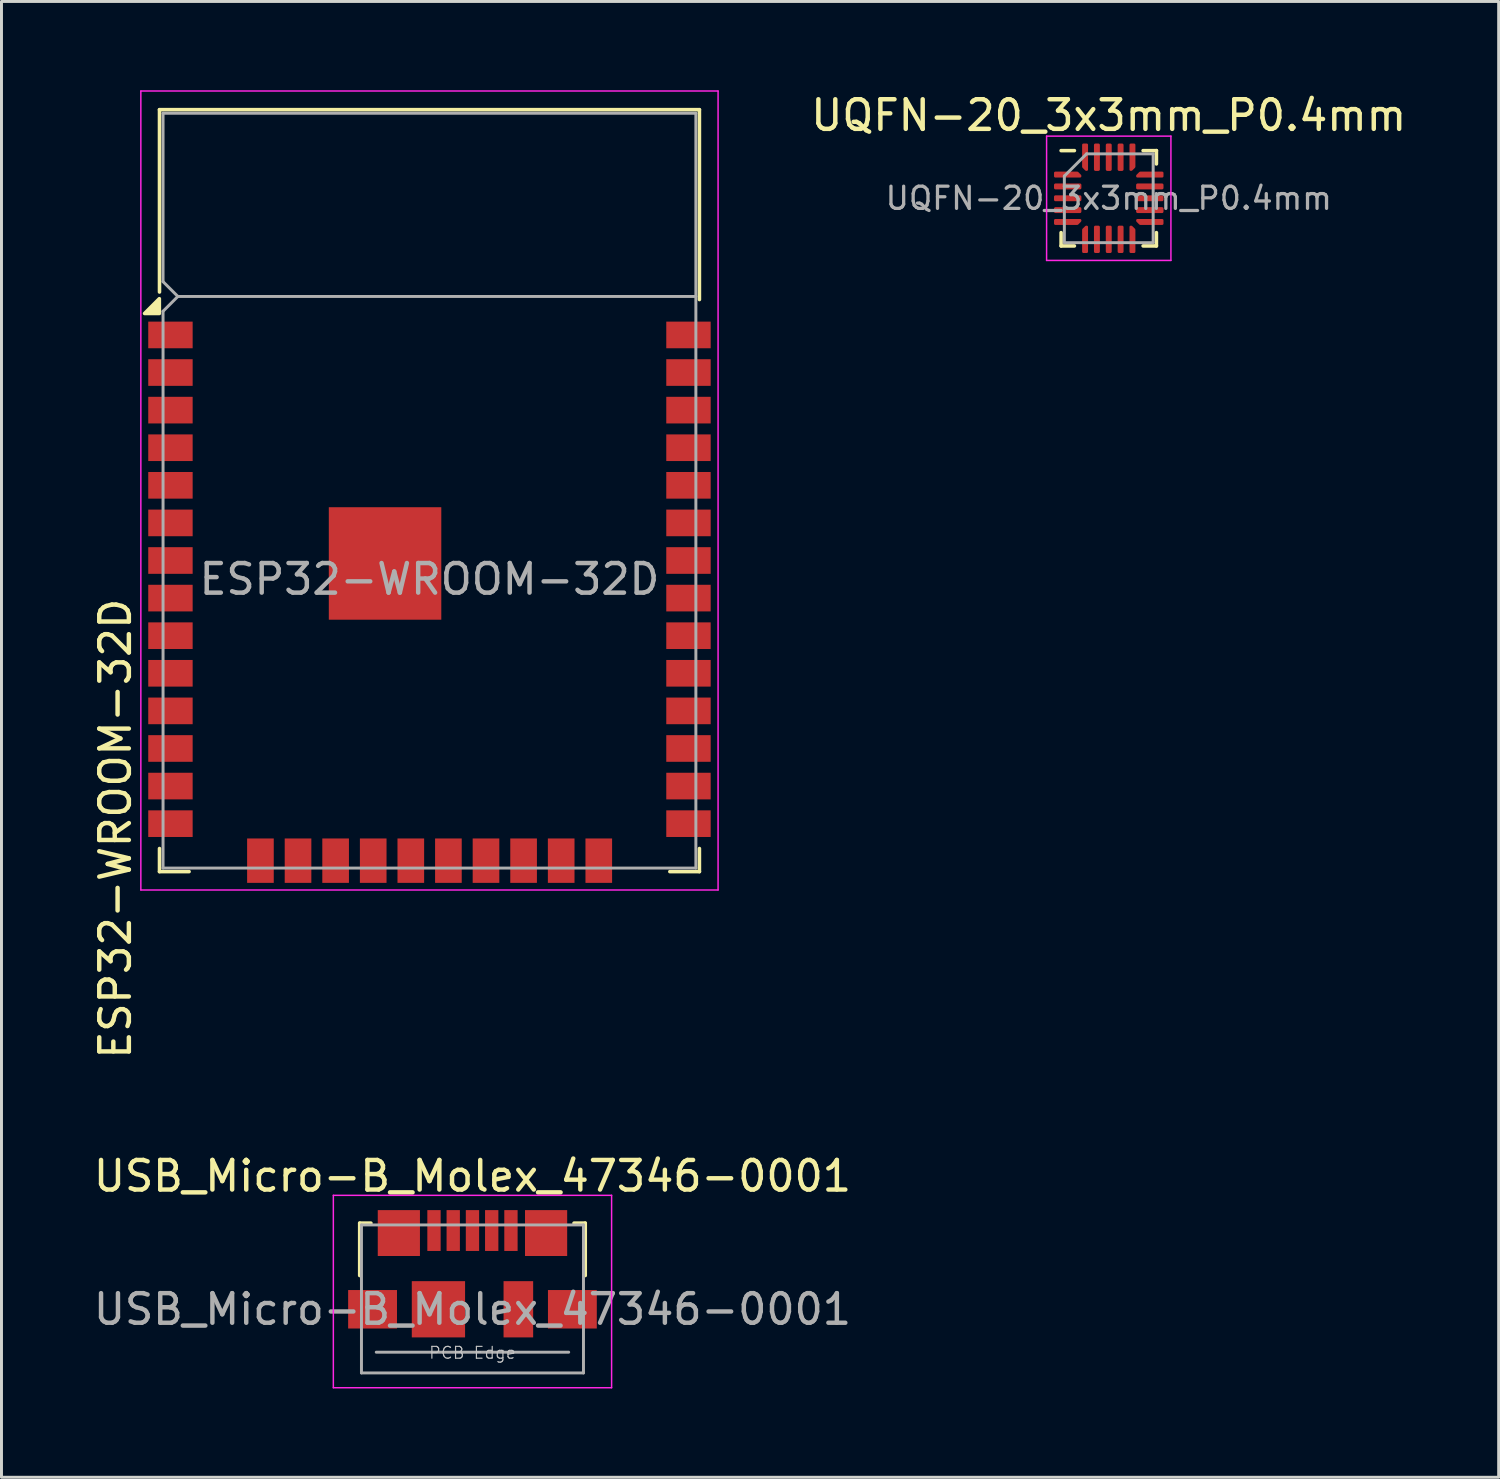
<source format=kicad_pcb>
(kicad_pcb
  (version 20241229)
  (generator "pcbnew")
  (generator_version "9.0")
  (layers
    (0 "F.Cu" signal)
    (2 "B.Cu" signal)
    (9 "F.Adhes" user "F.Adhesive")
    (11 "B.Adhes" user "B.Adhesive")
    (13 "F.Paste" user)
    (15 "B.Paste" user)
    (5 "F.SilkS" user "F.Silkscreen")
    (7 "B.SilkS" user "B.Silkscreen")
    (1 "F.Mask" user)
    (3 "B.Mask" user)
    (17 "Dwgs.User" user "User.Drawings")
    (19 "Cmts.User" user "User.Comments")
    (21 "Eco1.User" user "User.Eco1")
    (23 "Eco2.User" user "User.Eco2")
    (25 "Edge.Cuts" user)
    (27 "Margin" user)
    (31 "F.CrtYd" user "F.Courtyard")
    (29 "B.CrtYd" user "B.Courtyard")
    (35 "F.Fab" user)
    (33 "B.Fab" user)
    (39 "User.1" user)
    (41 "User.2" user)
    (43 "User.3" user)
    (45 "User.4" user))
  (footprint "UQFN-20_3x3mm_P0.4mm"
    (layer "F.Cu")
    (at 34.406 3.648)
    (property "Reference" "UQFN-20_3x3mm_P0.4mm" (at 0 -2.8 0) (layer "F.SilkS") (effects (font (size 1 1) (thickness 0.15))))
    (attr smd)
    (fp_line (start -1.61 1.61) (end -1.61 1.16) (stroke (width 0.12) (type solid)) (layer "F.SilkS"))
    (fp_line (start -1.16 -1.61) (end -1.61 -1.61) (stroke (width 0.12) (type solid)) (layer "F.SilkS"))
    (fp_line (start -1.16 1.61) (end -1.61 1.61) (stroke (width 0.12) (type solid)) (layer "F.SilkS"))
    (fp_line (start 1.16 -1.61) (end 1.61 -1.61) (stroke (width 0.12) (type solid)) (layer "F.SilkS"))
    (fp_line (start 1.16 1.61) (end 1.61 1.61) (stroke (width 0.12) (type solid)) (layer "F.SilkS"))
    (fp_line (start 1.61 -1.61) (end 1.61 -1.16) (stroke (width 0.12) (type solid)) (layer "F.SilkS"))
    (fp_line (start 1.61 1.61) (end 1.61 1.16) (stroke (width 0.12) (type solid)) (layer "F.SilkS"))
    (fp_line (start -2.1 -2.1) (end -2.1 2.1) (stroke (width 0.05) (type solid)) (layer "F.CrtYd"))
    (fp_line (start -2.1 2.1) (end 2.1 2.1) (stroke (width 0.05) (type solid)) (layer "F.CrtYd"))
    (fp_line (start 2.1 -2.1) (end -2.1 -2.1) (stroke (width 0.05) (type solid)) (layer "F.CrtYd"))
    (fp_line (start 2.1 2.1) (end 2.1 -2.1) (stroke (width 0.05) (type solid)) (layer "F.CrtYd"))
    (fp_line (start -1.5 -0.75) (end -0.75 -1.5) (stroke (width 0.1) (type solid)) (layer "F.Fab"))
    (fp_line (start -1.5 1.5) (end -1.5 -0.75) (stroke (width 0.1) (type solid)) (layer "F.Fab"))
    (fp_line (start -0.75 -1.5) (end 1.5 -1.5) (stroke (width 0.1) (type solid)) (layer "F.Fab"))
    (fp_line (start 1.5 -1.5) (end 1.5 1.5) (stroke (width 0.1) (type solid)) (layer "F.Fab"))
    (fp_line (start 1.5 1.5) (end -1.5 1.5) (stroke (width 0.1) (type solid)) (layer "F.Fab"))
    (fp_text user "${REFERENCE}" (at 0 0 0) (layer "F.Fab") (effects (font (size 0.75 0.75) (thickness 0.11))))
    (pad "1" smd custom (at -1.387 -0.8) (size 0.115 0.115) (layers "F.Cu" "F.Mask" "F.Paste") (options (anchor circle)) (primitives (gr_poly (pts (xy 0.422 0.037) (xy 0.422 0.06) (xy -0.422 0.06) (xy -0.422 -0.06) (xy 0.326 -0.06)) (width 0.08) (fill yes))))
    (pad "2" smd roundrect (at -1.387 -0.4) (size 0.925 0.2) (layers "F.Cu" "F.Mask" "F.Paste") (roundrect_rratio 0.25))
    (pad "3" smd roundrect (at -1.387 0) (size 0.925 0.2) (layers "F.Cu" "F.Mask" "F.Paste") (roundrect_rratio 0.25))
    (pad "4" smd roundrect (at -1.387 0.4) (size 0.925 0.2) (layers "F.Cu" "F.Mask" "F.Paste") (roundrect_rratio 0.25))
    (pad "5" smd custom (at -1.387 0.8) (size 0.115 0.115) (layers "F.Cu" "F.Mask" "F.Paste") (options (anchor circle)) (primitives (gr_poly (pts (xy 0.422 -0.037) (xy 0.326 0.06) (xy -0.422 0.06) (xy -0.422 -0.06) (xy 0.422 -0.06)) (width 0.08) (fill yes))))
    (pad "6" smd custom (at -0.8 1.387) (size 0.115 0.115) (layers "F.Cu" "F.Mask" "F.Paste") (options (anchor circle)) (primitives (gr_poly (pts (xy 0.06 0.422) (xy -0.06 0.422) (xy -0.06 -0.326) (xy 0.037 -0.422) (xy 0.06 -0.422)) (width 0.08) (fill yes))))
    (pad "7" smd roundrect (at -0.4 1.387) (size 0.2 0.925) (layers "F.Cu" "F.Mask" "F.Paste") (roundrect_rratio 0.25))
    (pad "8" smd roundrect (at 0 1.387) (size 0.2 0.925) (layers "F.Cu" "F.Mask" "F.Paste") (roundrect_rratio 0.25))
    (pad "9" smd roundrect (at 0.4 1.387) (size 0.2 0.925) (layers "F.Cu" "F.Mask" "F.Paste") (roundrect_rratio 0.25))
    (pad "10" smd custom (at 0.8 1.387) (size 0.115 0.115) (layers "F.Cu" "F.Mask" "F.Paste") (options (anchor circle)) (primitives (gr_poly (pts (xy 0.06 -0.326) (xy 0.06 0.422) (xy -0.06 0.422) (xy -0.06 -0.422) (xy -0.037 -0.422)) (width 0.08) (fill yes))))
    (pad "11" smd custom (at 1.387 0.8) (size 0.115 0.115) (layers "F.Cu" "F.Mask" "F.Paste") (options (anchor circle)) (primitives (gr_poly (pts (xy 0.422 0.06) (xy -0.326 0.06) (xy -0.422 -0.037) (xy -0.422 -0.06) (xy 0.422 -0.06)) (width 0.08) (fill yes))))
    (pad "12" smd roundrect (at 1.387 0.4) (size 0.925 0.2) (layers "F.Cu" "F.Mask" "F.Paste") (roundrect_rratio 0.25))
    (pad "13" smd roundrect (at 1.387 0) (size 0.925 0.2) (layers "F.Cu" "F.Mask" "F.Paste") (roundrect_rratio 0.25))
    (pad "14" smd roundrect (at 1.387 -0.4) (size 0.925 0.2) (layers "F.Cu" "F.Mask" "F.Paste") (roundrect_rratio 0.25))
    (pad "15" smd custom (at 1.387 -0.8) (size 0.115 0.115) (layers "F.Cu" "F.Mask" "F.Paste") (options (anchor circle)) (primitives (gr_poly (pts (xy 0.422 0.06) (xy -0.422 0.06) (xy -0.422 0.037) (xy -0.326 -0.06) (xy 0.422 -0.06)) (width 0.08) (fill yes))))
    (pad "16" smd custom (at 0.8 -1.387) (size 0.115 0.115) (layers "F.Cu" "F.Mask" "F.Paste") (options (anchor circle)) (primitives (gr_poly (pts (xy 0.06 0.326) (xy -0.037 0.422) (xy -0.06 0.422) (xy -0.06 -0.422) (xy 0.06 -0.422)) (width 0.08) (fill yes))))
    (pad "17" smd roundrect (at 0.4 -1.387) (size 0.2 0.925) (layers "F.Cu" "F.Mask" "F.Paste") (roundrect_rratio 0.25))
    (pad "18" smd roundrect (at 0 -1.387) (size 0.2 0.925) (layers "F.Cu" "F.Mask" "F.Paste") (roundrect_rratio 0.25))
    (pad "19" smd roundrect (at -0.4 -1.387) (size 0.2 0.925) (layers "F.Cu" "F.Mask" "F.Paste") (roundrect_rratio 0.25))
    (pad "20" smd custom (at -0.8 -1.387) (size 0.115 0.115) (layers "F.Cu" "F.Mask" "F.Paste") (options (anchor circle)) (primitives (gr_poly (pts (xy 0.06 0.422) (xy 0.037 0.422) (xy -0.06 0.326) (xy -0.06 -0.422) (xy 0.06 -0.422)) (width 0.08) (fill yes)))))
  (footprint "USB_Micro-B_Molex_47346-0001"
    (layer "F.Cu")
    (at 12.911 39.98)
    (property "Reference" "USB_Micro-B_Molex_47346-0001" (at 0 -3.3 180) (layer "F.SilkS") (effects (font (size 1 1) (thickness 0.15))))
    (attr smd)
    (fp_line (start -3.81 -1.71) (end -3.43 -1.71) (stroke (width 0.12) (type solid)) (layer "F.SilkS"))
    (fp_line (start -3.81 0.06) (end -3.81 -1.71) (stroke (width 0.12) (type solid)) (layer "F.SilkS"))
    (fp_line (start 3.81 -1.71) (end 3.43 -1.71) (stroke (width 0.12) (type solid)) (layer "F.SilkS"))
    (fp_line (start 3.81 -1.71) (end 3.81 0.06) (stroke (width 0.12) (type solid)) (layer "F.SilkS"))
    (fp_line (start -4.7 -2.65) (end 4.7 -2.65) (stroke (width 0.05) (type solid)) (layer "F.CrtYd"))
    (fp_line (start -4.7 3.85) (end -4.7 -2.65) (stroke (width 0.05) (type solid)) (layer "F.CrtYd"))
    (fp_line (start 4.7 -2.65) (end 4.7 3.85) (stroke (width 0.05) (type solid)) (layer "F.CrtYd"))
    (fp_line (start 4.7 3.85) (end -4.7 3.85) (stroke (width 0.05) (type solid)) (layer "F.CrtYd"))
    (fp_line (start -3.75 -1.65) (end 3.75 -1.65) (stroke (width 0.1) (type solid)) (layer "F.Fab"))
    (fp_line (start -3.75 3.35) (end -3.75 -1.65) (stroke (width 0.1) (type solid)) (layer "F.Fab"))
    (fp_line (start -3.25 2.65) (end 3.25 2.65) (stroke (width 0.1) (type solid)) (layer "F.Fab"))
    (fp_line (start 3.75 -1.65) (end 3.75 3.35) (stroke (width 0.1) (type solid)) (layer "F.Fab"))
    (fp_line (start 3.75 3.35) (end -3.75 3.35) (stroke (width 0.1) (type solid)) (layer "F.Fab"))
    (fp_text user "PCB Edge" (at 0 2.67 180) (layer "Dwgs.User") (effects (font (size 0.4 0.4) (thickness 0.04))))
    (fp_text user "${REFERENCE}" (at 0 1.2 0) (layer "F.Fab") (effects (font (size 1 1) (thickness 0.15))))
    (pad "1" smd rect (at -1.3 -1.46) (size 0.45 1.38) (layers "F.Cu" "F.Mask" "F.Paste"))
    (pad "2" smd rect (at -0.65 -1.46) (size 0.45 1.38) (layers "F.Cu" "F.Mask" "F.Paste"))
    (pad "3" smd rect (at 0 -1.46) (size 0.45 1.38) (layers "F.Cu" "F.Mask" "F.Paste"))
    (pad "4" smd rect (at 0.65 -1.46) (size 0.45 1.38) (layers "F.Cu" "F.Mask" "F.Paste"))
    (pad "5" smd rect (at 1.3 -1.46) (size 0.45 1.38) (layers "F.Cu" "F.Mask" "F.Paste"))
    (pad "6" smd rect (at -3.375 1.2) (size 1.65 1.3) (layers "F.Cu" "F.Mask" "F.Paste"))
    (pad "6" smd rect (at -2.487 -1.375) (size 1.425 1.55) (layers "F.Cu" "F.Mask" "F.Paste"))
    (pad "6" smd rect (at -1.15 1.2) (size 1.8 1.9) (layers "F.Cu" "F.Mask" "F.Paste"))
    (pad "6" smd rect (at 1.55 1.2) (size 1 1.9) (layers "F.Cu" "F.Mask" "F.Paste"))
    (pad "6" smd rect (at 2.487 -1.375) (size 1.425 1.55) (layers "F.Cu" "F.Mask" "F.Paste"))
    (pad "6" smd rect (at 3.375 1.2) (size 1.65 1.3) (layers "F.Cu" "F.Mask" "F.Paste")))
  (footprint "ESP32-WROOM-32D"
    (layer "F.Cu")
    (at 11.458 16.515)
    (property "Reference" "ESP32-WROOM-32D" (at -10.61 8.43 90) (layer "F.SilkS") (effects (font (size 1 1) (thickness 0.15))))
    (attr smd)
    (fp_line (start -9.12 -15.86) (end -9.12 -9.7) (stroke (width 0.12) (type solid)) (layer "F.SilkS"))
    (fp_line (start -9.12 -15.86) (end 9.12 -15.86) (stroke (width 0.12) (type solid)) (layer "F.SilkS"))
    (fp_line (start -9.12 9.1) (end -9.12 9.88) (stroke (width 0.12) (type solid)) (layer "F.SilkS"))
    (fp_line (start -9.12 9.88) (end -8.12 9.88) (stroke (width 0.12) (type solid)) (layer "F.SilkS"))
    (fp_line (start 9.12 -15.86) (end 9.12 -9.445) (stroke (width 0.12) (type solid)) (layer "F.SilkS"))
    (fp_line (start 9.12 9.1) (end 9.12 9.88) (stroke (width 0.12) (type solid)) (layer "F.SilkS"))
    (fp_line (start 9.12 9.88) (end 8.12 9.88) (stroke (width 0.12) (type solid)) (layer "F.SilkS"))
    (fp_poly (pts (xy -9.125 -8.975) (xy -9.625 -8.975) (xy -9.125 -9.475) (xy -9.125 -8.975)) (stroke (width 0.12) (type solid)) (fill yes) (layer "F.SilkS"))
    (fp_line (start -9.75 10.5) (end -9.75 -16.49) (stroke (width 0.05) (type solid)) (layer "F.CrtYd"))
    (fp_line (start -9.75 10.5) (end 9.75 10.5) (stroke (width 0.05) (type solid)) (layer "F.CrtYd"))
    (fp_line (start 9.75 -16.49) (end -9.75 -16.49) (stroke (width 0.05) (type default)) (layer "F.CrtYd"))
    (fp_line (start 9.75 -16.49) (end 9.75 10.5) (stroke (width 0.05) (type solid)) (layer "F.CrtYd"))
    (fp_line (start -9 -15.74) (end -9 -10.05) (stroke (width 0.1) (type solid)) (layer "F.Fab"))
    (fp_line (start -9 -15.74) (end 9 -15.74) (stroke (width 0.1) (type solid)) (layer "F.Fab"))
    (fp_line (start -9 -9.05) (end -9 9.76) (stroke (width 0.1) (type solid)) (layer "F.Fab"))
    (fp_line (start -9 -9.05) (end -8.5 -9.55) (stroke (width 0.1) (type solid)) (layer "F.Fab"))
    (fp_line (start -9 9.76) (end 9 9.76) (stroke (width 0.1) (type solid)) (layer "F.Fab"))
    (fp_line (start -8.5 -9.55) (end -9 -10.05) (stroke (width 0.1) (type solid)) (layer "F.Fab"))
    (fp_line (start -8.5 -9.55) (end 9 -9.55) (stroke (width 0.1) (type solid)) (layer "F.Fab"))
    (fp_line (start 9 9.76) (end 9 -15.74) (stroke (width 0.1) (type solid)) (layer "F.Fab"))
    (fp_text user "${REFERENCE}" (at 0 0 0) (layer "F.Fab") (effects (font (size 1 1) (thickness 0.15))))
    (pad "1" smd rect (at -8.75 -8.25) (size 1.5 0.9) (layers "F.Cu" "F.Mask" "F.Paste"))
    (pad "2" smd rect (at -8.75 -6.98) (size 1.5 0.9) (layers "F.Cu" "F.Mask" "F.Paste"))
    (pad "3" smd rect (at -8.75 -5.71) (size 1.5 0.9) (layers "F.Cu" "F.Mask" "F.Paste"))
    (pad "4" smd rect (at -8.75 -4.44) (size 1.5 0.9) (layers "F.Cu" "F.Mask" "F.Paste"))
    (pad "5" smd rect (at -8.75 -3.17) (size 1.5 0.9) (layers "F.Cu" "F.Mask" "F.Paste"))
    (pad "6" smd rect (at -8.75 -1.9) (size 1.5 0.9) (layers "F.Cu" "F.Mask" "F.Paste"))
    (pad "7" smd rect (at -8.75 -0.63) (size 1.5 0.9) (layers "F.Cu" "F.Mask" "F.Paste"))
    (pad "8" smd rect (at -8.75 0.64) (size 1.5 0.9) (layers "F.Cu" "F.Mask" "F.Paste"))
    (pad "9" smd rect (at -8.75 1.91) (size 1.5 0.9) (layers "F.Cu" "F.Mask" "F.Paste"))
    (pad "10" smd rect (at -8.75 3.18) (size 1.5 0.9) (layers "F.Cu" "F.Mask" "F.Paste"))
    (pad "11" smd rect (at -8.75 4.45) (size 1.5 0.9) (layers "F.Cu" "F.Mask" "F.Paste"))
    (pad "12" smd rect (at -8.75 5.72) (size 1.5 0.9) (layers "F.Cu" "F.Mask" "F.Paste"))
    (pad "13" smd rect (at -8.75 6.99) (size 1.5 0.9) (layers "F.Cu" "F.Mask" "F.Paste"))
    (pad "14" smd rect (at -8.75 8.26) (size 1.5 0.9) (layers "F.Cu" "F.Mask" "F.Paste"))
    (pad "15" smd rect (at -5.71 9.51 90) (size 1.5 0.9) (layers "F.Cu" "F.Mask" "F.Paste"))
    (pad "16" smd rect (at -4.44 9.51 90) (size 1.5 0.9) (layers "F.Cu" "F.Mask" "F.Paste"))
    (pad "17" smd rect (at -3.17 9.51 90) (size 1.5 0.9) (layers "F.Cu" "F.Mask" "F.Paste"))
    (pad "18" smd rect (at -1.9 9.51 90) (size 1.5 0.9) (layers "F.Cu" "F.Mask" "F.Paste"))
    (pad "19" smd rect (at -0.63 9.51 90) (size 1.5 0.9) (layers "F.Cu" "F.Mask" "F.Paste"))
    (pad "20" smd rect (at 0.64 9.51 90) (size 1.5 0.9) (layers "F.Cu" "F.Mask" "F.Paste"))
    (pad "21" smd rect (at 1.91 9.51 90) (size 1.5 0.9) (layers "F.Cu" "F.Mask" "F.Paste"))
    (pad "22" smd rect (at 3.18 9.51 90) (size 1.5 0.9) (layers "F.Cu" "F.Mask" "F.Paste"))
    (pad "23" smd rect (at 4.45 9.51 90) (size 1.5 0.9) (layers "F.Cu" "F.Mask" "F.Paste"))
    (pad "24" smd rect (at 5.72 9.51 90) (size 1.5 0.9) (layers "F.Cu" "F.Mask" "F.Paste"))
    (pad "25" smd rect (at 8.75 8.26) (size 1.5 0.9) (layers "F.Cu" "F.Mask" "F.Paste"))
    (pad "26" smd rect (at 8.75 6.99) (size 1.5 0.9) (layers "F.Cu" "F.Mask" "F.Paste"))
    (pad "27" smd rect (at 8.75 5.72) (size 1.5 0.9) (layers "F.Cu" "F.Mask" "F.Paste"))
    (pad "28" smd rect (at 8.75 4.45) (size 1.5 0.9) (layers "F.Cu" "F.Mask" "F.Paste"))
    (pad "29" smd rect (at 8.75 3.18) (size 1.5 0.9) (layers "F.Cu" "F.Mask" "F.Paste"))
    (pad "30" smd rect (at 8.75 1.91) (size 1.5 0.9) (layers "F.Cu" "F.Mask" "F.Paste"))
    (pad "31" smd rect (at 8.75 0.64) (size 1.5 0.9) (layers "F.Cu" "F.Mask" "F.Paste"))
    (pad "32" smd rect (at 8.75 -0.63) (size 1.5 0.9) (layers "F.Cu" "F.Mask" "F.Paste"))
    (pad "33" smd rect (at 8.75 -1.9) (size 1.5 0.9) (layers "F.Cu" "F.Mask" "F.Paste"))
    (pad "34" smd rect (at 8.75 -3.17) (size 1.5 0.9) (layers "F.Cu" "F.Mask" "F.Paste"))
    (pad "35" smd rect (at 8.75 -4.44) (size 1.5 0.9) (layers "F.Cu" "F.Mask" "F.Paste"))
    (pad "36" smd rect (at 8.75 -5.71) (size 1.5 0.9) (layers "F.Cu" "F.Mask" "F.Paste"))
    (pad "37" smd rect (at 8.75 -6.98) (size 1.5 0.9) (layers "F.Cu" "F.Mask" "F.Paste"))
    (pad "38" smd rect (at 8.75 -8.25) (size 1.5 0.9) (layers "F.Cu" "F.Mask" "F.Paste"))
    (pad "39" smd rect (at -1.5 -0.53) (size 3.8 3.8) (layers "F.Cu" "F.Mask" "F.Paste")))
  (gr_rect
    (start -3 -3)
    (end 47.578 46.855)
    (stroke (width 0.1) (type default))
    (fill no)
    (layer "Edge.Cuts")))
</source>
